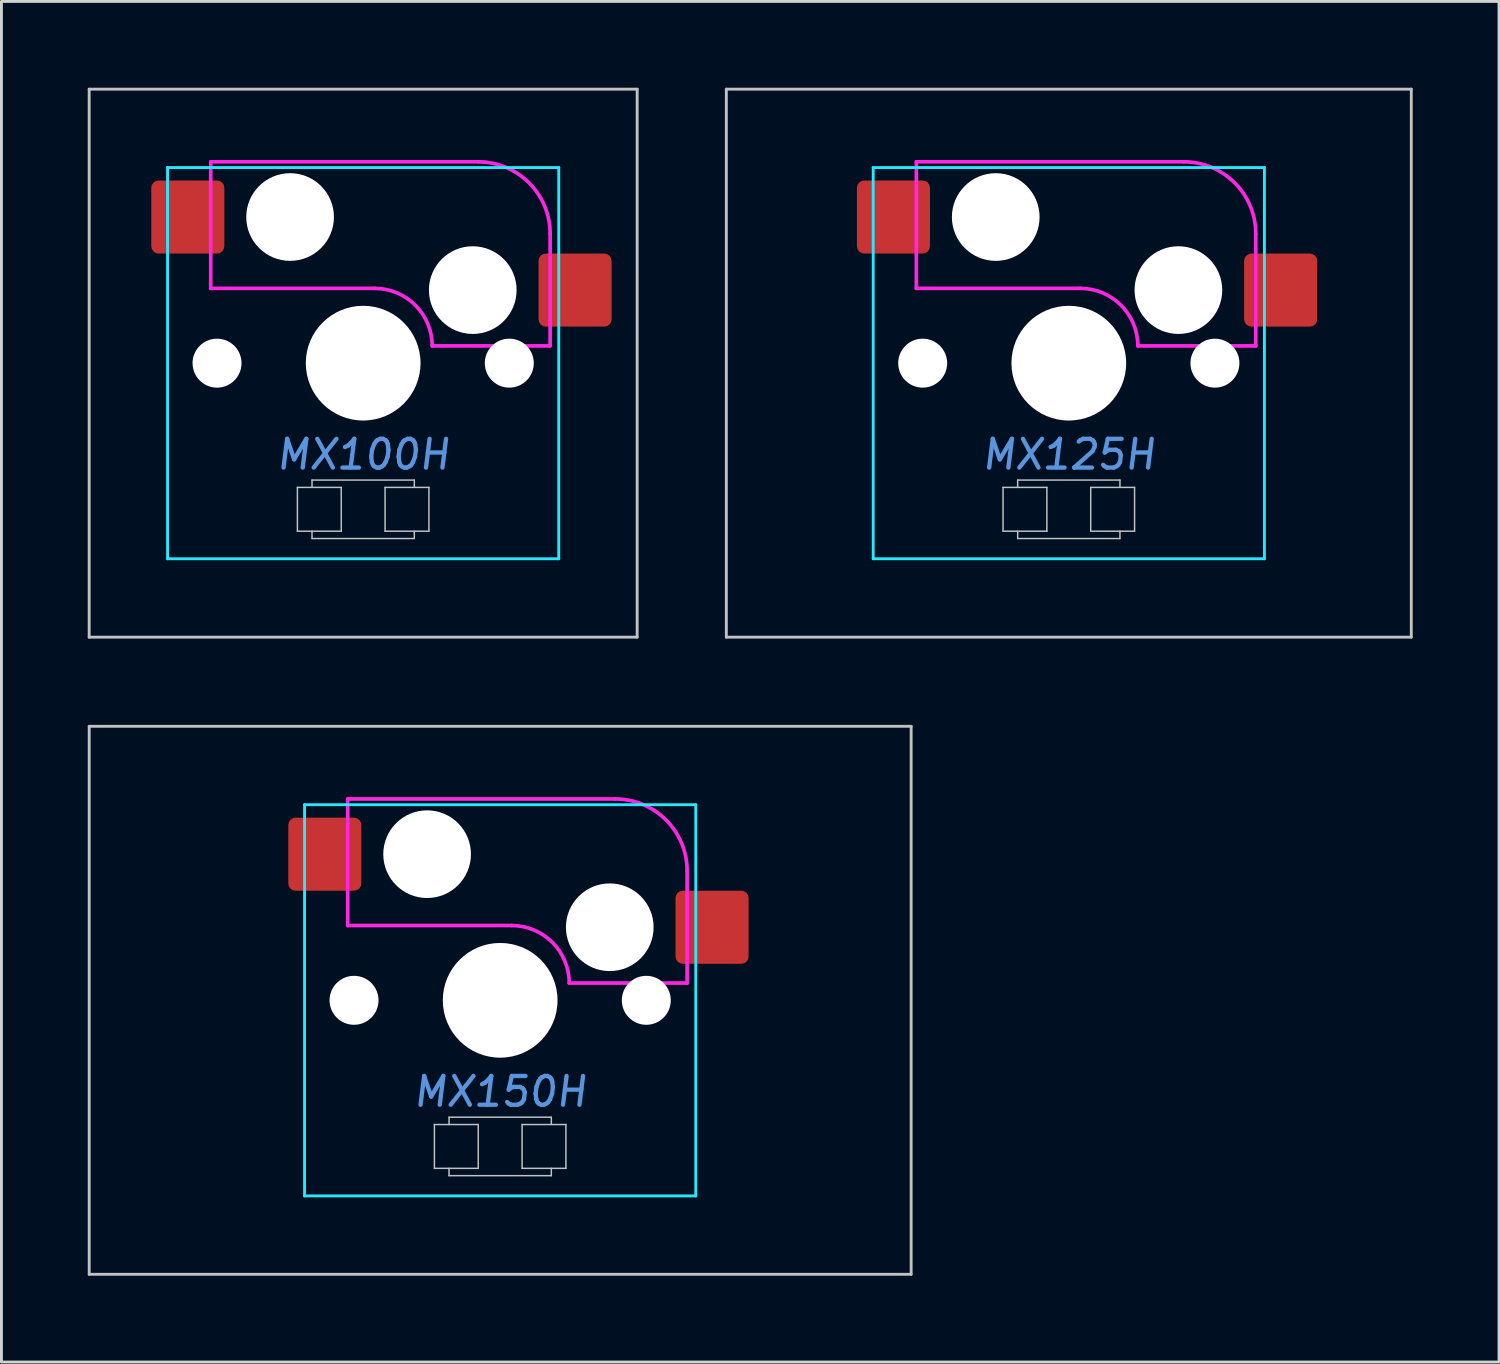
<source format=kicad_pcb>
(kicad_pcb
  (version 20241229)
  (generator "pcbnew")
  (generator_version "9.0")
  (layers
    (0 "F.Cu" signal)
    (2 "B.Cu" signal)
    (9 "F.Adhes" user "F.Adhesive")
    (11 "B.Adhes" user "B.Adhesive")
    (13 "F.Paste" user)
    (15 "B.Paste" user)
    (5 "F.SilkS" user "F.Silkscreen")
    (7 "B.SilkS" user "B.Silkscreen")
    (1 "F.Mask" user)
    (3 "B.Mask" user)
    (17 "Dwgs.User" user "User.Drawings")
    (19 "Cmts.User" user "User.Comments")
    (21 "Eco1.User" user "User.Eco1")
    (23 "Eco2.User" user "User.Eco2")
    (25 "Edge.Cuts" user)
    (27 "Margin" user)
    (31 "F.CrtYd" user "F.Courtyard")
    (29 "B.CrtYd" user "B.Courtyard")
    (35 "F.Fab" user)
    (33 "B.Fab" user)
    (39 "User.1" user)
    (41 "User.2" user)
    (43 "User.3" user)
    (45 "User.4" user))
  (footprint "MX125H"
    (layer "F.Cu")
    (at 34.106 9.575)
    (property "Reference" "MX125H" (at 0 3.175 180) (layer "Cmts.User") (effects (font (size 1 1) (thickness 0.15) (italic yes))))
    (attr smd)
    (fp_line (start -11.906 -9.525) (end -11.906 9.525) (stroke (width 0.1) (type solid)) (layer "Dwgs.User"))
    (fp_line (start -11.906 -9.525) (end 11.906 -9.525) (stroke (width 0.1) (type solid)) (layer "Dwgs.User"))
    (fp_line (start -11.906 9.525) (end 11.906 9.525) (stroke (width 0.1) (type solid)) (layer "Dwgs.User"))
    (fp_line (start -2.286 4.318) (end -2.286 5.842) (stroke (width 0.051) (type solid)) (layer "Dwgs.User"))
    (fp_line (start -2.286 5.842) (end -0.762 5.842) (stroke (width 0.051) (type solid)) (layer "Dwgs.User"))
    (fp_line (start -1.778 4.064) (end -1.778 4.318) (stroke (width 0.051) (type solid)) (layer "Dwgs.User"))
    (fp_line (start -1.778 6.096) (end -1.778 5.842) (stroke (width 0.051) (type solid)) (layer "Dwgs.User"))
    (fp_line (start -1.778 6.096) (end 1.778 6.096) (stroke (width 0.051) (type solid)) (layer "Dwgs.User"))
    (fp_line (start -0.762 4.318) (end -2.286 4.318) (stroke (width 0.051) (type solid)) (layer "Dwgs.User"))
    (fp_line (start -0.762 5.842) (end -0.762 4.318) (stroke (width 0.051) (type solid)) (layer "Dwgs.User"))
    (fp_line (start 0.762 4.318) (end 2.286 4.318) (stroke (width 0.051) (type solid)) (layer "Dwgs.User"))
    (fp_line (start 0.762 5.842) (end 0.762 4.318) (stroke (width 0.051) (type solid)) (layer "Dwgs.User"))
    (fp_line (start 1.778 4.064) (end -1.778 4.064) (stroke (width 0.051) (type solid)) (layer "Dwgs.User"))
    (fp_line (start 1.778 4.318) (end 1.778 4.064) (stroke (width 0.051) (type solid)) (layer "Dwgs.User"))
    (fp_line (start 1.778 6.096) (end 1.778 5.842) (stroke (width 0.051) (type solid)) (layer "Dwgs.User"))
    (fp_line (start 2.286 4.318) (end 2.286 5.842) (stroke (width 0.051) (type solid)) (layer "Dwgs.User"))
    (fp_line (start 2.286 5.842) (end 0.762 5.842) (stroke (width 0.051) (type solid)) (layer "Dwgs.User"))
    (fp_line (start 11.906 9.525) (end 11.906 -9.525) (stroke (width 0.1) (type solid)) (layer "Dwgs.User"))
    (fp_line (start -7 6.5) (end -7 -6.5) (stroke (width 0.1) (type solid)) (layer "Eco1.User"))
    (fp_line (start -6.5 -7) (end 6.5 -7) (stroke (width 0.1) (type solid)) (layer "Eco1.User"))
    (fp_line (start 6.5 7) (end -6.5 7) (stroke (width 0.1) (type solid)) (layer "Eco1.User"))
    (fp_line (start 7 -6.5) (end 7 6.5) (stroke (width 0.1) (type solid)) (layer "Eco1.User"))
    (fp_arc (start -7 -6.5) (mid -6.853553 -6.853553) (end -6.5 -7) (stroke (width 0.1) (type solid)) (layer "Eco1.User"))
    (fp_arc (start -6.5 7) (mid -6.853553 6.853553) (end -7 6.5) (stroke (width 0.1) (type solid)) (layer "Eco1.User"))
    (fp_arc (start 6.5 -7) (mid 6.853553 -6.853553) (end 7 -6.5) (stroke (width 0.1) (type solid)) (layer "Eco1.User"))
    (fp_arc (start 7 6.5) (mid 6.853553 6.853553) (end 6.5 7) (stroke (width 0.1) (type solid)) (layer "Eco1.User"))
    (fp_line (start -6.8 -6.8) (end -6.8 6.8) (stroke (width 0.1) (type solid)) (layer "B.CrtYd"))
    (fp_line (start -6.8 -6.8) (end 6.8 -6.8) (stroke (width 0.1) (type solid)) (layer "B.CrtYd"))
    (fp_line (start 6.8 6.8) (end -6.8 6.8) (stroke (width 0.1) (type solid)) (layer "B.CrtYd"))
    (fp_line (start 6.8 6.8) (end 6.8 -6.8) (stroke (width 0.1) (type solid)) (layer "B.CrtYd"))
    (fp_line (start -5.3 -7) (end -5.3 -2.6) (stroke (width 0.127) (type solid)) (layer "F.CrtYd"))
    (fp_line (start -5.3 -7) (end 4 -7) (stroke (width 0.127) (type solid)) (layer "F.CrtYd"))
    (fp_line (start 0.4 -2.6) (end -5.3 -2.6) (stroke (width 0.127) (type solid)) (layer "F.CrtYd"))
    (fp_line (start 6.5 -4.5) (end 6.5 -0.6) (stroke (width 0.127) (type solid)) (layer "F.CrtYd"))
    (fp_line (start 6.5 -0.6) (end 2.4 -0.6) (stroke (width 0.127) (type solid)) (layer "F.CrtYd"))
    (fp_arc (start 0.4 -2.6) (mid 1.814214 -2.014214) (end 2.4 -0.6) (stroke (width 0.127) (type solid)) (layer "F.CrtYd"))
    (fp_arc (start 4 -7) (mid 5.767767 -6.267767) (end 6.5 -4.5) (stroke (width 0.127) (type solid)) (layer "F.CrtYd"))
    (pad "" np_thru_hole circle (at -5.08 0) (size 1.702 1.702) (drill 1.702) (layers "*.Cu" "*.Mask"))
    (pad "" np_thru_hole circle (at -2.54 -5.08) (size 3.048 3.048) (drill 3.048) (layers "*.Cu" "*.Mask"))
    (pad "" np_thru_hole circle (at 0 0) (size 3.988 3.988) (drill 3.988) (layers "*.Cu" "*.Mask"))
    (pad "" np_thru_hole circle (at 3.81 -2.54 90) (size 3.048 3.048) (drill 3.048) (layers "*.Cu" "*.Mask"))
    (pad "" np_thru_hole circle (at 5.08 0) (size 1.702 1.702) (drill 1.702) (layers "*.Cu" "*.Mask"))
    (pad "1" smd roundrect (at -6.096 -5.08) (size 2.54 2.54) (layers "F.Cu" "F.Mask") (roundrect_rratio 0.1))
    (pad "2" smd roundrect (at 7.366 -2.54) (size 2.54 2.54) (layers "F.Cu" "F.Mask") (roundrect_rratio 0.1)))
  (footprint "MX100H"
    (layer "F.Cu")
    (at 9.575 9.575)
    (property "Reference" "MX100H" (at 0 3.175 0) (layer "Cmts.User") (effects (font (size 1 1) (thickness 0.15) (italic yes))))
    (attr smd)
    (fp_line (start -9.525 -9.525) (end -9.525 9.525) (stroke (width 0.1) (type solid)) (layer "Dwgs.User"))
    (fp_line (start -9.525 -9.525) (end 9.525 -9.525) (stroke (width 0.1) (type solid)) (layer "Dwgs.User"))
    (fp_line (start -9.525 9.525) (end 9.525 9.525) (stroke (width 0.1) (type solid)) (layer "Dwgs.User"))
    (fp_line (start -2.286 4.318) (end -2.286 5.842) (stroke (width 0.051) (type solid)) (layer "Dwgs.User"))
    (fp_line (start -2.286 5.842) (end -0.762 5.842) (stroke (width 0.051) (type solid)) (layer "Dwgs.User"))
    (fp_line (start -1.778 4.064) (end -1.778 4.318) (stroke (width 0.051) (type solid)) (layer "Dwgs.User"))
    (fp_line (start -1.778 6.096) (end -1.778 5.842) (stroke (width 0.051) (type solid)) (layer "Dwgs.User"))
    (fp_line (start -1.778 6.096) (end 1.778 6.096) (stroke (width 0.051) (type solid)) (layer "Dwgs.User"))
    (fp_line (start -0.762 4.318) (end -2.286 4.318) (stroke (width 0.051) (type solid)) (layer "Dwgs.User"))
    (fp_line (start -0.762 5.842) (end -0.762 4.318) (stroke (width 0.051) (type solid)) (layer "Dwgs.User"))
    (fp_line (start 0.762 4.318) (end 2.286 4.318) (stroke (width 0.051) (type solid)) (layer "Dwgs.User"))
    (fp_line (start 0.762 5.842) (end 0.762 4.318) (stroke (width 0.051) (type solid)) (layer "Dwgs.User"))
    (fp_line (start 1.778 4.064) (end -1.778 4.064) (stroke (width 0.051) (type solid)) (layer "Dwgs.User"))
    (fp_line (start 1.778 4.318) (end 1.778 4.064) (stroke (width 0.051) (type solid)) (layer "Dwgs.User"))
    (fp_line (start 1.778 6.096) (end 1.778 5.842) (stroke (width 0.051) (type solid)) (layer "Dwgs.User"))
    (fp_line (start 2.286 4.318) (end 2.286 5.842) (stroke (width 0.051) (type solid)) (layer "Dwgs.User"))
    (fp_line (start 2.286 5.842) (end 0.762 5.842) (stroke (width 0.051) (type solid)) (layer "Dwgs.User"))
    (fp_line (start 9.525 9.525) (end 9.525 -9.525) (stroke (width 0.1) (type solid)) (layer "Dwgs.User"))
    (fp_line (start -7 6.5) (end -7 -6.5) (stroke (width 0.1) (type solid)) (layer "Eco1.User"))
    (fp_line (start -6.5 -7) (end 6.5 -7) (stroke (width 0.1) (type solid)) (layer "Eco1.User"))
    (fp_line (start 6.5 7) (end -6.5 7) (stroke (width 0.1) (type solid)) (layer "Eco1.User"))
    (fp_line (start 7 -6.5) (end 7 6.5) (stroke (width 0.1) (type solid)) (layer "Eco1.User"))
    (fp_arc (start -7 -6.5) (mid -6.853553 -6.853553) (end -6.5 -7) (stroke (width 0.1) (type solid)) (layer "Eco1.User"))
    (fp_arc (start -6.5 7) (mid -6.853553 6.853553) (end -7 6.5) (stroke (width 0.1) (type solid)) (layer "Eco1.User"))
    (fp_arc (start 6.5 -7) (mid 6.853553 -6.853553) (end 7 -6.5) (stroke (width 0.1) (type solid)) (layer "Eco1.User"))
    (fp_arc (start 7 6.5) (mid 6.853553 6.853553) (end 6.5 7) (stroke (width 0.1) (type solid)) (layer "Eco1.User"))
    (fp_line (start -6.8 -6.8) (end -6.8 6.8) (stroke (width 0.1) (type solid)) (layer "B.CrtYd"))
    (fp_line (start -6.8 -6.8) (end 6.8 -6.8) (stroke (width 0.1) (type solid)) (layer "B.CrtYd"))
    (fp_line (start 6.8 6.8) (end -6.8 6.8) (stroke (width 0.1) (type solid)) (layer "B.CrtYd"))
    (fp_line (start 6.8 6.8) (end 6.8 -6.8) (stroke (width 0.1) (type solid)) (layer "B.CrtYd"))
    (fp_line (start -5.3 -7) (end -5.3 -2.6) (stroke (width 0.127) (type solid)) (layer "F.CrtYd"))
    (fp_line (start -5.3 -7) (end 4 -7) (stroke (width 0.127) (type solid)) (layer "F.CrtYd"))
    (fp_line (start 0.4 -2.6) (end -5.3 -2.6) (stroke (width 0.127) (type solid)) (layer "F.CrtYd"))
    (fp_line (start 6.5 -4.5) (end 6.5 -0.6) (stroke (width 0.127) (type solid)) (layer "F.CrtYd"))
    (fp_line (start 6.5 -0.6) (end 2.4 -0.6) (stroke (width 0.127) (type solid)) (layer "F.CrtYd"))
    (fp_arc (start 0.4 -2.6) (mid 1.814214 -2.014214) (end 2.4 -0.6) (stroke (width 0.127) (type solid)) (layer "F.CrtYd"))
    (fp_arc (start 4 -7) (mid 5.767767 -6.267767) (end 6.5 -4.5) (stroke (width 0.127) (type solid)) (layer "F.CrtYd"))
    (pad "" np_thru_hole circle (at -5.08 0) (size 1.702 1.702) (drill 1.702) (layers "*.Cu" "*.Mask"))
    (pad "" np_thru_hole circle (at -2.54 -5.08) (size 3.048 3.048) (drill 3.048) (layers "*.Cu" "*.Mask"))
    (pad "" np_thru_hole circle (at 0 0) (size 3.988 3.988) (drill 3.988) (layers "*.Cu" "*.Mask"))
    (pad "" np_thru_hole circle (at 3.81 -2.54 90) (size 3.048 3.048) (drill 3.048) (layers "*.Cu" "*.Mask"))
    (pad "" np_thru_hole circle (at 5.08 0) (size 1.702 1.702) (drill 1.702) (layers "*.Cu" "*.Mask"))
    (pad "1" smd roundrect (at -6.096 -5.08) (size 2.54 2.54) (layers "F.Cu" "F.Mask") (roundrect_rratio 0.1))
    (pad "2" smd roundrect (at 7.366 -2.54) (size 2.54 2.54) (layers "F.Cu" "F.Mask") (roundrect_rratio 0.1)))
  (footprint "MX150H"
    (layer "F.Cu")
    (at 14.338 31.725)
    (property "Reference" "MX150H" (at 0 3.175 0) (layer "Cmts.User") (effects (font (size 1 1) (thickness 0.15) (italic yes))))
    (attr smd)
    (fp_line (start -14.287 -9.525) (end -14.287 9.525) (stroke (width 0.1) (type solid)) (layer "Dwgs.User"))
    (fp_line (start -14.287 -9.525) (end 14.287 -9.525) (stroke (width 0.1) (type solid)) (layer "Dwgs.User"))
    (fp_line (start -14.287 9.525) (end 14.287 9.525) (stroke (width 0.1) (type solid)) (layer "Dwgs.User"))
    (fp_line (start -2.286 4.318) (end -2.286 5.842) (stroke (width 0.051) (type solid)) (layer "Dwgs.User"))
    (fp_line (start -2.286 5.842) (end -0.762 5.842) (stroke (width 0.051) (type solid)) (layer "Dwgs.User"))
    (fp_line (start -1.778 4.064) (end -1.778 4.318) (stroke (width 0.051) (type solid)) (layer "Dwgs.User"))
    (fp_line (start -1.778 6.096) (end -1.778 5.842) (stroke (width 0.051) (type solid)) (layer "Dwgs.User"))
    (fp_line (start -1.778 6.096) (end 1.778 6.096) (stroke (width 0.051) (type solid)) (layer "Dwgs.User"))
    (fp_line (start -0.762 4.318) (end -2.286 4.318) (stroke (width 0.051) (type solid)) (layer "Dwgs.User"))
    (fp_line (start -0.762 5.842) (end -0.762 4.318) (stroke (width 0.051) (type solid)) (layer "Dwgs.User"))
    (fp_line (start 0.762 4.318) (end 2.286 4.318) (stroke (width 0.051) (type solid)) (layer "Dwgs.User"))
    (fp_line (start 0.762 5.842) (end 0.762 4.318) (stroke (width 0.051) (type solid)) (layer "Dwgs.User"))
    (fp_line (start 1.778 4.064) (end -1.778 4.064) (stroke (width 0.051) (type solid)) (layer "Dwgs.User"))
    (fp_line (start 1.778 4.318) (end 1.778 4.064) (stroke (width 0.051) (type solid)) (layer "Dwgs.User"))
    (fp_line (start 1.778 6.096) (end 1.778 5.842) (stroke (width 0.051) (type solid)) (layer "Dwgs.User"))
    (fp_line (start 2.286 4.318) (end 2.286 5.842) (stroke (width 0.051) (type solid)) (layer "Dwgs.User"))
    (fp_line (start 2.286 5.842) (end 0.762 5.842) (stroke (width 0.051) (type solid)) (layer "Dwgs.User"))
    (fp_line (start 14.287 9.525) (end 14.287 -9.525) (stroke (width 0.1) (type solid)) (layer "Dwgs.User"))
    (fp_line (start -7 -6.5) (end -7 6.5) (stroke (width 0.1) (type solid)) (layer "Eco1.User"))
    (fp_line (start -6.5 7) (end 6.5 7) (stroke (width 0.1) (type solid)) (layer "Eco1.User"))
    (fp_line (start 6.5 -7) (end -6.5 -7) (stroke (width 0.1) (type solid)) (layer "Eco1.User"))
    (fp_line (start 7 6.5) (end 7 -6.5) (stroke (width 0.1) (type solid)) (layer "Eco1.User"))
    (fp_arc (start -7 -6.5) (mid -6.853553 -6.853553) (end -6.5 -7) (stroke (width 0.1) (type solid)) (layer "Eco1.User"))
    (fp_arc (start -6.5 7) (mid -6.853553 6.853553) (end -7 6.5) (stroke (width 0.1) (type solid)) (layer "Eco1.User"))
    (fp_arc (start 6.5 -7) (mid 6.853553 -6.853553) (end 7 -6.5) (stroke (width 0.1) (type solid)) (layer "Eco1.User"))
    (fp_arc (start 7 6.5) (mid 6.853553 6.853553) (end 6.5 7) (stroke (width 0.1) (type solid)) (layer "Eco1.User"))
    (fp_line (start -6.8 -6.8) (end -6.8 6.8) (stroke (width 0.1) (type solid)) (layer "B.CrtYd"))
    (fp_line (start -6.8 -6.8) (end 6.8 -6.8) (stroke (width 0.1) (type solid)) (layer "B.CrtYd"))
    (fp_line (start 6.8 6.8) (end -6.8 6.8) (stroke (width 0.1) (type solid)) (layer "B.CrtYd"))
    (fp_line (start 6.8 6.8) (end 6.8 -6.8) (stroke (width 0.1) (type solid)) (layer "B.CrtYd"))
    (fp_line (start -5.3 -7) (end -5.3 -2.6) (stroke (width 0.127) (type solid)) (layer "F.CrtYd"))
    (fp_line (start -5.3 -7) (end 4 -7) (stroke (width 0.127) (type solid)) (layer "F.CrtYd"))
    (fp_line (start 0.4 -2.6) (end -5.3 -2.6) (stroke (width 0.127) (type solid)) (layer "F.CrtYd"))
    (fp_line (start 6.5 -4.5) (end 6.5 -0.6) (stroke (width 0.127) (type solid)) (layer "F.CrtYd"))
    (fp_line (start 6.5 -0.6) (end 2.4 -0.6) (stroke (width 0.127) (type solid)) (layer "F.CrtYd"))
    (fp_arc (start 0.4 -2.6) (mid 1.814214 -2.014214) (end 2.4 -0.6) (stroke (width 0.127) (type solid)) (layer "F.CrtYd"))
    (fp_arc (start 4 -7) (mid 5.767767 -6.267767) (end 6.5 -4.5) (stroke (width 0.127) (type solid)) (layer "F.CrtYd"))
    (pad "" np_thru_hole circle (at -5.08 0) (size 1.702 1.702) (drill 1.702) (layers "*.Cu" "*.Mask"))
    (pad "" np_thru_hole circle (at -2.54 -5.08) (size 3.048 3.048) (drill 3.048) (layers "*.Cu" "*.Mask"))
    (pad "" np_thru_hole circle (at 0 0) (size 3.988 3.988) (drill 3.988) (layers "*.Cu" "*.Mask"))
    (pad "" np_thru_hole circle (at 3.81 -2.54 90) (size 3.048 3.048) (drill 3.048) (layers "*.Cu" "*.Mask"))
    (pad "" np_thru_hole circle (at 5.08 0) (size 1.702 1.702) (drill 1.702) (layers "*.Cu" "*.Mask"))
    (pad "1" smd roundrect (at -6.096 -5.08) (size 2.54 2.54) (layers "F.Cu" "F.Mask") (roundrect_rratio 0.1))
    (pad "2" smd roundrect (at 7.366 -2.54) (size 2.54 2.54) (layers "F.Cu" "F.Mask") (roundrect_rratio 0.1)))
  (gr_rect
    (start -3 -3)
    (end 49.062 44.3)
    (stroke (width 0.1) (type default))
    (fill no)
    (layer "Edge.Cuts")))
</source>
